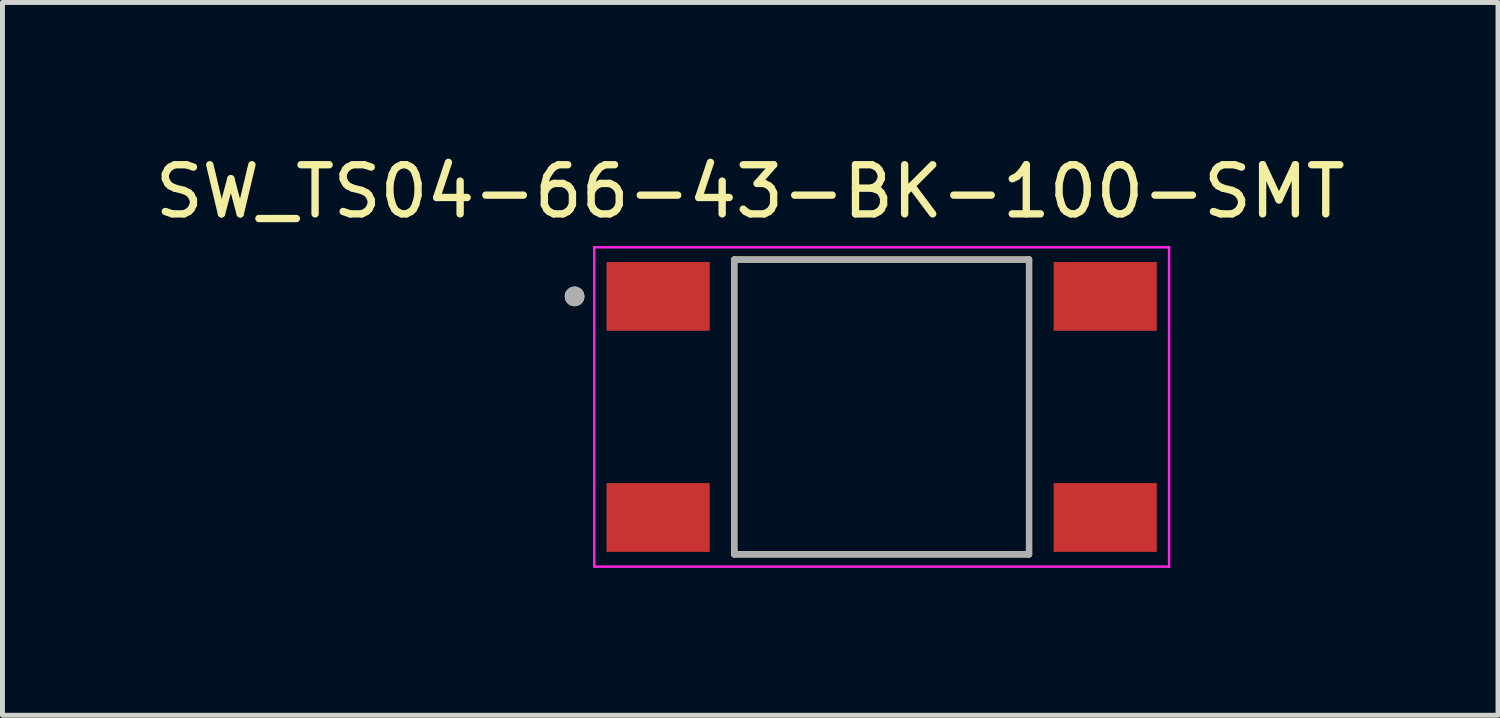
<source format=kicad_pcb>
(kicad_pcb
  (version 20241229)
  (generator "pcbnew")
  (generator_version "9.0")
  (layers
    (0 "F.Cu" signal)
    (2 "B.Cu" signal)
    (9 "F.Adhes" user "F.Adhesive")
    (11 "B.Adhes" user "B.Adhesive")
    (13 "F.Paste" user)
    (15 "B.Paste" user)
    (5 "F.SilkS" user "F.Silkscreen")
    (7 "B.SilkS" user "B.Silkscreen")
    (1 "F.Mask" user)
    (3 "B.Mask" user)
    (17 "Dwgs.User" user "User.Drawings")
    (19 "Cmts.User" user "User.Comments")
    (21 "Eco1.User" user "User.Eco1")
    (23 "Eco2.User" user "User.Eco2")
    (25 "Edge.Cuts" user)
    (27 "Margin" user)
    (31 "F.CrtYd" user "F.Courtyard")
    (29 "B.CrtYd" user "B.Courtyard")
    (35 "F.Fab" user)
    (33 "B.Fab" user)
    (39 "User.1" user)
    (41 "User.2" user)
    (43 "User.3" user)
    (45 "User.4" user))
  (footprint "SW_TS04-66-43-BK-100-SMT"
    (layer "F.Cu")
    (at 14.895 5.233)
    (property "Reference" "SW_TS04-66-43-BK-100-SMT" (at -2.675 -4.385 0) (layer "F.SilkS") (effects (font (size 1 1) (thickness 0.15))))
    (attr smd)
    (fp_line (start -3 -3) (end -3 3) (stroke (width 0.127) (type solid)) (layer "F.SilkS"))
    (fp_line (start -3 3) (end 3 3) (stroke (width 0.127) (type solid)) (layer "F.SilkS"))
    (fp_line (start 3 -3) (end -3 -3) (stroke (width 0.127) (type solid)) (layer "F.SilkS"))
    (fp_line (start 3 3) (end 3 -3) (stroke (width 0.127) (type solid)) (layer "F.SilkS"))
    (fp_circle (center -6.25 -2.25) (end -6.15 -2.25) (stroke (width 0.2) (type solid)) (fill no) (layer "F.SilkS"))
    (fp_line (start -5.85 -3.25) (end -5.85 3.25) (stroke (width 0.05) (type solid)) (layer "F.CrtYd"))
    (fp_line (start -5.85 3.25) (end 5.85 3.25) (stroke (width 0.05) (type solid)) (layer "F.CrtYd"))
    (fp_line (start 5.85 -3.25) (end -5.85 -3.25) (stroke (width 0.05) (type solid)) (layer "F.CrtYd"))
    (fp_line (start 5.85 3.25) (end 5.85 -3.25) (stroke (width 0.05) (type solid)) (layer "F.CrtYd"))
    (fp_line (start -3 -3) (end -3 3) (stroke (width 0.127) (type solid)) (layer "F.Fab"))
    (fp_line (start -3 3) (end 3 3) (stroke (width 0.127) (type solid)) (layer "F.Fab"))
    (fp_line (start 3 -3) (end -3 -3) (stroke (width 0.127) (type solid)) (layer "F.Fab"))
    (fp_line (start 3 3) (end 3 -3) (stroke (width 0.127) (type solid)) (layer "F.Fab"))
    (fp_circle (center -6.25 -2.25) (end -6.15 -2.25) (stroke (width 0.2) (type solid)) (fill no) (layer "F.Fab"))
    (pad "1" smd rect (at -4.55 -2.25) (size 2.1 1.4) (layers "F.Cu" "F.Mask" "F.Paste"))
    (pad "2" smd rect (at -4.55 2.25) (size 2.1 1.4) (layers "F.Cu" "F.Mask" "F.Paste"))
    (pad "3" smd rect (at 4.55 -2.25) (size 2.1 1.4) (layers "F.Cu" "F.Mask" "F.Paste"))
    (pad "4" smd rect (at 4.55 2.25) (size 2.1 1.4) (layers "F.Cu" "F.Mask" "F.Paste")))
  (gr_rect
    (start -3 -3)
    (end 27.44 11.508)
    (stroke (width 0.1) (type default))
    (fill no)
    (layer "Edge.Cuts")))
</source>
